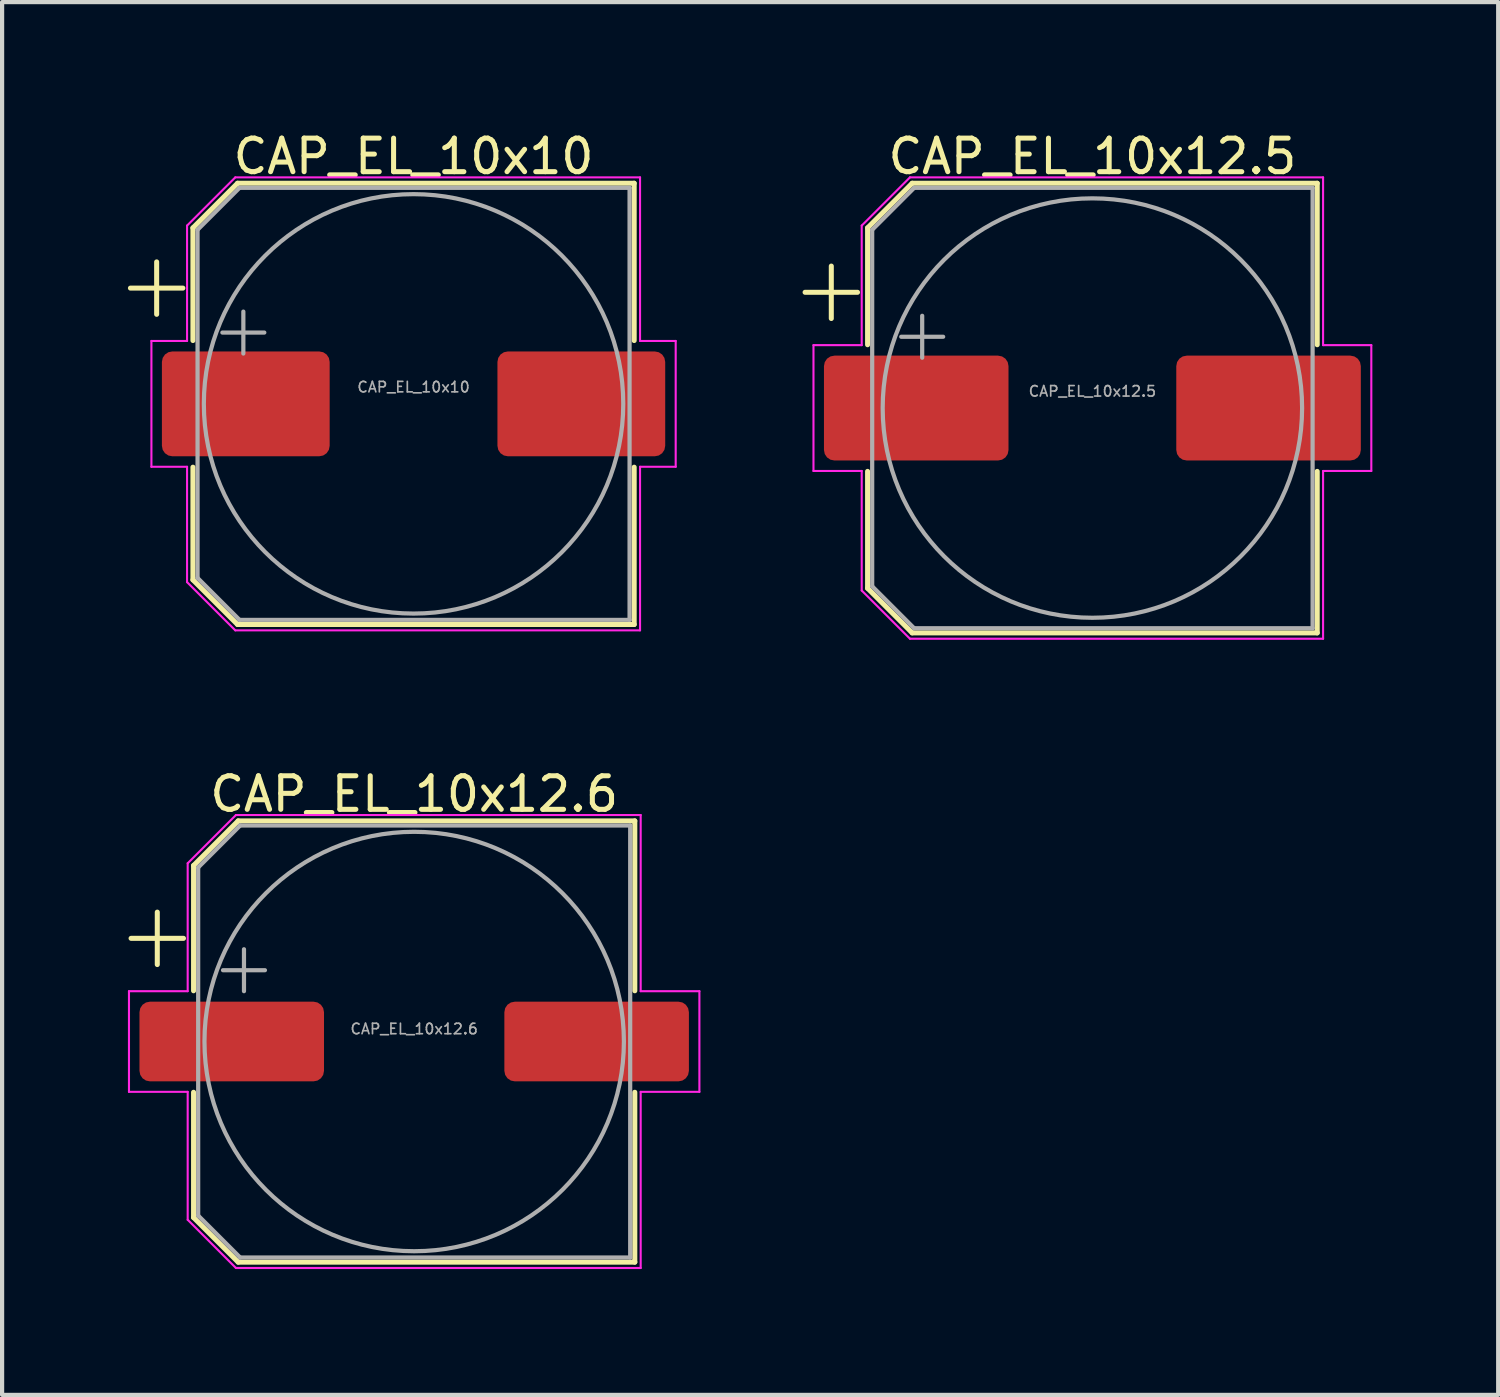
<source format=kicad_pcb>
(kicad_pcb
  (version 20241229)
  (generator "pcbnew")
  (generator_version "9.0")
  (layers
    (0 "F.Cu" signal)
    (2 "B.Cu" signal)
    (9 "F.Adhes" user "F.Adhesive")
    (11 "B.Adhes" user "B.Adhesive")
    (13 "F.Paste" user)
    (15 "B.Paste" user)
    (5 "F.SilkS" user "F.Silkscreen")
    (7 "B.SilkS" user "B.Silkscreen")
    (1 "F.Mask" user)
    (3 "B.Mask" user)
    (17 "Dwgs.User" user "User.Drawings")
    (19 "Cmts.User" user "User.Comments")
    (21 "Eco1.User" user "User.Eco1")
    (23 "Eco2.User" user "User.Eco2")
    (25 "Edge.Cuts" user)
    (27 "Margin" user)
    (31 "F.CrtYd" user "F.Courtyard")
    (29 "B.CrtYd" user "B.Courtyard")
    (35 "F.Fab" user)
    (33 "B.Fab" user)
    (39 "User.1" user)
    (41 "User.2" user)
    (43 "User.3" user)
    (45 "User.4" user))
  (footprint "CAP_EL_10x10"
    (layer "F.Cu")
    (at 6.81 6.579)
    (property "Reference" "CAP_EL_10x10" (at 0 -5.9 0) (layer "F.SilkS") (effects (font (size 0.8 0.8) (thickness 0.12))))
    (attr smd)
    (fp_line (start -6.75 -2.76) (end -5.5 -2.76) (stroke (width 0.12) (type solid)) (layer "F.SilkS"))
    (fp_line (start -6.125 -3.385) (end -6.125 -2.135) (stroke (width 0.12) (type solid)) (layer "F.SilkS"))
    (fp_line (start -5.26 -4.196) (end -5.26 -1.51) (stroke (width 0.12) (type solid)) (layer "F.SilkS"))
    (fp_line (start -5.26 -4.196) (end -4.196 -5.26) (stroke (width 0.12) (type solid)) (layer "F.SilkS"))
    (fp_line (start -5.26 4.196) (end -5.26 1.51) (stroke (width 0.12) (type solid)) (layer "F.SilkS"))
    (fp_line (start -5.26 4.196) (end -4.196 5.26) (stroke (width 0.12) (type solid)) (layer "F.SilkS"))
    (fp_line (start -4.196 -5.26) (end 5.26 -5.26) (stroke (width 0.12) (type solid)) (layer "F.SilkS"))
    (fp_line (start -4.196 5.26) (end 5.26 5.26) (stroke (width 0.12) (type solid)) (layer "F.SilkS"))
    (fp_line (start 5.26 -5.26) (end 5.26 -1.51) (stroke (width 0.12) (type solid)) (layer "F.SilkS"))
    (fp_line (start 5.26 5.26) (end 5.26 1.51) (stroke (width 0.12) (type solid)) (layer "F.SilkS"))
    (fp_line (start -6.25 -1.5) (end -6.25 1.5) (stroke (width 0.05) (type solid)) (layer "F.CrtYd"))
    (fp_line (start -6.25 1.5) (end -5.4 1.5) (stroke (width 0.05) (type solid)) (layer "F.CrtYd"))
    (fp_line (start -5.4 -4.25) (end -5.4 -1.5) (stroke (width 0.05) (type solid)) (layer "F.CrtYd"))
    (fp_line (start -5.4 -4.25) (end -4.25 -5.4) (stroke (width 0.05) (type solid)) (layer "F.CrtYd"))
    (fp_line (start -5.4 -1.5) (end -6.25 -1.5) (stroke (width 0.05) (type solid)) (layer "F.CrtYd"))
    (fp_line (start -5.4 1.5) (end -5.4 4.25) (stroke (width 0.05) (type solid)) (layer "F.CrtYd"))
    (fp_line (start -5.4 4.25) (end -4.25 5.4) (stroke (width 0.05) (type solid)) (layer "F.CrtYd"))
    (fp_line (start -4.25 -5.4) (end 5.4 -5.4) (stroke (width 0.05) (type solid)) (layer "F.CrtYd"))
    (fp_line (start -4.25 5.4) (end 5.4 5.4) (stroke (width 0.05) (type solid)) (layer "F.CrtYd"))
    (fp_line (start 5.4 -5.4) (end 5.4 -1.5) (stroke (width 0.05) (type solid)) (layer "F.CrtYd"))
    (fp_line (start 5.4 -1.5) (end 6.25 -1.5) (stroke (width 0.05) (type solid)) (layer "F.CrtYd"))
    (fp_line (start 5.4 1.5) (end 5.4 5.4) (stroke (width 0.05) (type solid)) (layer "F.CrtYd"))
    (fp_line (start 6.25 -1.5) (end 6.25 1.5) (stroke (width 0.05) (type solid)) (layer "F.CrtYd"))
    (fp_line (start 6.25 1.5) (end 5.4 1.5) (stroke (width 0.05) (type solid)) (layer "F.CrtYd"))
    (fp_line (start -5.15 -4.15) (end -5.15 4.15) (stroke (width 0.1) (type solid)) (layer "F.Fab"))
    (fp_line (start -5.15 -4.15) (end -4.15 -5.15) (stroke (width 0.1) (type solid)) (layer "F.Fab"))
    (fp_line (start -5.15 4.15) (end -4.15 5.15) (stroke (width 0.1) (type solid)) (layer "F.Fab"))
    (fp_line (start -4.558 -1.7) (end -3.558 -1.7) (stroke (width 0.1) (type solid)) (layer "F.Fab"))
    (fp_line (start -4.15 -5.15) (end 5.15 -5.15) (stroke (width 0.1) (type solid)) (layer "F.Fab"))
    (fp_line (start -4.15 5.15) (end 5.15 5.15) (stroke (width 0.1) (type solid)) (layer "F.Fab"))
    (fp_line (start -4.058 -2.2) (end -4.058 -1.2) (stroke (width 0.1) (type solid)) (layer "F.Fab"))
    (fp_line (start 5.15 -5.15) (end 5.15 5.15) (stroke (width 0.1) (type solid)) (layer "F.Fab"))
    (fp_circle (center 0 0) (end 5 0) (stroke (width 0.1) (type solid)) (fill no) (layer "F.Fab"))
    (fp_text user "${REFERENCE}" (at 0 -0.4 0) (layer "F.Fab") (effects (font (size 0.25 0.25) (thickness 0.04))))
    (pad "1" smd roundrect (at -4 0) (size 4 2.5) (layers "F.Cu" "F.Mask" "F.Paste") (roundrect_rratio 0.1))
    (pad "2" smd roundrect (at 4 0) (size 4 2.5) (layers "F.Cu" "F.Mask" "F.Paste") (roundrect_rratio 0.1)))
  (footprint "CAP_EL_10x12.6"
    (layer "F.Cu")
    (at 6.825 21.782)
    (property "Reference" "CAP_EL_10x12.6" (at 0 -5.9 0) (layer "F.SilkS") (effects (font (size 0.8 0.8) (thickness 0.12))))
    (attr smd)
    (fp_line (start -6.75 -2.46) (end -5.5 -2.46) (stroke (width 0.12) (type solid)) (layer "F.SilkS"))
    (fp_line (start -6.125 -3.085) (end -6.125 -1.835) (stroke (width 0.12) (type solid)) (layer "F.SilkS"))
    (fp_line (start -5.26 -4.196) (end -5.26 -1.21) (stroke (width 0.12) (type solid)) (layer "F.SilkS"))
    (fp_line (start -5.26 -4.196) (end -4.196 -5.26) (stroke (width 0.12) (type solid)) (layer "F.SilkS"))
    (fp_line (start -5.26 4.196) (end -5.26 1.21) (stroke (width 0.12) (type solid)) (layer "F.SilkS"))
    (fp_line (start -5.26 4.196) (end -4.196 5.26) (stroke (width 0.12) (type solid)) (layer "F.SilkS"))
    (fp_line (start -4.196 -5.26) (end 5.26 -5.26) (stroke (width 0.12) (type solid)) (layer "F.SilkS"))
    (fp_line (start -4.196 5.26) (end 5.26 5.26) (stroke (width 0.12) (type solid)) (layer "F.SilkS"))
    (fp_line (start 5.26 -5.26) (end 5.26 -1.21) (stroke (width 0.12) (type solid)) (layer "F.SilkS"))
    (fp_line (start 5.26 5.26) (end 5.26 1.21) (stroke (width 0.12) (type solid)) (layer "F.SilkS"))
    (fp_line (start -6.8 -1.2) (end -6.8 1.2) (stroke (width 0.05) (type solid)) (layer "F.CrtYd"))
    (fp_line (start -6.8 1.2) (end -5.4 1.2) (stroke (width 0.05) (type solid)) (layer "F.CrtYd"))
    (fp_line (start -5.4 -4.25) (end -5.4 -1.2) (stroke (width 0.05) (type solid)) (layer "F.CrtYd"))
    (fp_line (start -5.4 -4.25) (end -4.25 -5.4) (stroke (width 0.05) (type solid)) (layer "F.CrtYd"))
    (fp_line (start -5.4 -1.2) (end -6.8 -1.2) (stroke (width 0.05) (type solid)) (layer "F.CrtYd"))
    (fp_line (start -5.4 1.2) (end -5.4 4.25) (stroke (width 0.05) (type solid)) (layer "F.CrtYd"))
    (fp_line (start -5.4 4.25) (end -4.25 5.4) (stroke (width 0.05) (type solid)) (layer "F.CrtYd"))
    (fp_line (start -4.25 -5.4) (end 5.4 -5.4) (stroke (width 0.05) (type solid)) (layer "F.CrtYd"))
    (fp_line (start -4.25 5.4) (end 5.4 5.4) (stroke (width 0.05) (type solid)) (layer "F.CrtYd"))
    (fp_line (start 5.4 -5.4) (end 5.4 -1.2) (stroke (width 0.05) (type solid)) (layer "F.CrtYd"))
    (fp_line (start 5.4 -1.2) (end 6.8 -1.2) (stroke (width 0.05) (type solid)) (layer "F.CrtYd"))
    (fp_line (start 5.4 1.2) (end 5.4 5.4) (stroke (width 0.05) (type solid)) (layer "F.CrtYd"))
    (fp_line (start 6.8 -1.2) (end 6.8 1.2) (stroke (width 0.05) (type solid)) (layer "F.CrtYd"))
    (fp_line (start 6.8 1.2) (end 5.4 1.2) (stroke (width 0.05) (type solid)) (layer "F.CrtYd"))
    (fp_line (start -5.15 -4.15) (end -5.15 4.15) (stroke (width 0.1) (type solid)) (layer "F.Fab"))
    (fp_line (start -5.15 -4.15) (end -4.15 -5.15) (stroke (width 0.1) (type solid)) (layer "F.Fab"))
    (fp_line (start -5.15 4.15) (end -4.15 5.15) (stroke (width 0.1) (type solid)) (layer "F.Fab"))
    (fp_line (start -4.558 -1.7) (end -3.558 -1.7) (stroke (width 0.1) (type solid)) (layer "F.Fab"))
    (fp_line (start -4.15 -5.15) (end 5.15 -5.15) (stroke (width 0.1) (type solid)) (layer "F.Fab"))
    (fp_line (start -4.15 5.15) (end 5.15 5.15) (stroke (width 0.1) (type solid)) (layer "F.Fab"))
    (fp_line (start -4.058 -2.2) (end -4.058 -1.2) (stroke (width 0.1) (type solid)) (layer "F.Fab"))
    (fp_line (start 5.15 -5.15) (end 5.15 5.15) (stroke (width 0.1) (type solid)) (layer "F.Fab"))
    (fp_circle (center 0 0) (end 5 0) (stroke (width 0.1) (type solid)) (fill no) (layer "F.Fab"))
    (fp_text user "${REFERENCE}" (at 0 -0.3 0) (layer "F.Fab") (effects (font (size 0.25 0.25) (thickness 0.04))))
    (pad "1" smd roundrect (at -4.35 0) (size 4.4 1.9) (layers "F.Cu" "F.Mask" "F.Paste") (roundrect_rratio 0.132))
    (pad "2" smd roundrect (at 4.35 0) (size 4.4 1.9) (layers "F.Cu" "F.Mask" "F.Paste") (roundrect_rratio 0.132)))
  (footprint "CAP_EL_10x12.5"
    (layer "F.Cu")
    (at 22.995 6.679)
    (property "Reference" "CAP_EL_10x12.5" (at 0 -6 0) (layer "F.SilkS") (effects (font (size 0.8 0.8) (thickness 0.12))))
    (attr smd)
    (fp_line (start -6.85 -2.76) (end -5.6 -2.76) (stroke (width 0.12) (type solid)) (layer "F.SilkS"))
    (fp_line (start -6.225 -3.385) (end -6.225 -2.135) (stroke (width 0.12) (type solid)) (layer "F.SilkS"))
    (fp_line (start -5.36 -4.296) (end -5.36 -1.51) (stroke (width 0.12) (type solid)) (layer "F.SilkS"))
    (fp_line (start -5.36 -4.296) (end -4.296 -5.36) (stroke (width 0.12) (type solid)) (layer "F.SilkS"))
    (fp_line (start -5.36 4.296) (end -5.36 1.51) (stroke (width 0.12) (type solid)) (layer "F.SilkS"))
    (fp_line (start -5.36 4.296) (end -4.296 5.36) (stroke (width 0.12) (type solid)) (layer "F.SilkS"))
    (fp_line (start -4.296 -5.36) (end 5.36 -5.36) (stroke (width 0.12) (type solid)) (layer "F.SilkS"))
    (fp_line (start -4.296 5.36) (end 5.36 5.36) (stroke (width 0.12) (type solid)) (layer "F.SilkS"))
    (fp_line (start 5.36 -5.36) (end 5.36 -1.51) (stroke (width 0.12) (type solid)) (layer "F.SilkS"))
    (fp_line (start 5.36 5.36) (end 5.36 1.51) (stroke (width 0.12) (type solid)) (layer "F.SilkS"))
    (fp_line (start -6.65 -1.5) (end -6.65 1.5) (stroke (width 0.05) (type solid)) (layer "F.CrtYd"))
    (fp_line (start -6.65 1.5) (end -5.5 1.5) (stroke (width 0.05) (type solid)) (layer "F.CrtYd"))
    (fp_line (start -5.5 -4.35) (end -5.5 -1.5) (stroke (width 0.05) (type solid)) (layer "F.CrtYd"))
    (fp_line (start -5.5 -4.35) (end -4.35 -5.5) (stroke (width 0.05) (type solid)) (layer "F.CrtYd"))
    (fp_line (start -5.5 -1.5) (end -6.65 -1.5) (stroke (width 0.05) (type solid)) (layer "F.CrtYd"))
    (fp_line (start -5.5 1.5) (end -5.5 4.35) (stroke (width 0.05) (type solid)) (layer "F.CrtYd"))
    (fp_line (start -5.5 4.35) (end -4.35 5.5) (stroke (width 0.05) (type solid)) (layer "F.CrtYd"))
    (fp_line (start -4.35 -5.5) (end 5.5 -5.5) (stroke (width 0.05) (type solid)) (layer "F.CrtYd"))
    (fp_line (start -4.35 5.5) (end 5.5 5.5) (stroke (width 0.05) (type solid)) (layer "F.CrtYd"))
    (fp_line (start 5.5 -5.5) (end 5.5 -1.5) (stroke (width 0.05) (type solid)) (layer "F.CrtYd"))
    (fp_line (start 5.5 -1.5) (end 6.65 -1.5) (stroke (width 0.05) (type solid)) (layer "F.CrtYd"))
    (fp_line (start 5.5 1.5) (end 5.5 5.5) (stroke (width 0.05) (type solid)) (layer "F.CrtYd"))
    (fp_line (start 6.65 -1.5) (end 6.65 1.5) (stroke (width 0.05) (type solid)) (layer "F.CrtYd"))
    (fp_line (start 6.65 1.5) (end 5.5 1.5) (stroke (width 0.05) (type solid)) (layer "F.CrtYd"))
    (fp_line (start -5.25 -4.25) (end -5.25 4.25) (stroke (width 0.1) (type solid)) (layer "F.Fab"))
    (fp_line (start -5.25 -4.25) (end -4.25 -5.25) (stroke (width 0.1) (type solid)) (layer "F.Fab"))
    (fp_line (start -5.25 4.25) (end -4.25 5.25) (stroke (width 0.1) (type solid)) (layer "F.Fab"))
    (fp_line (start -4.558 -1.7) (end -3.558 -1.7) (stroke (width 0.1) (type solid)) (layer "F.Fab"))
    (fp_line (start -4.25 -5.25) (end 5.25 -5.25) (stroke (width 0.1) (type solid)) (layer "F.Fab"))
    (fp_line (start -4.25 5.25) (end 5.25 5.25) (stroke (width 0.1) (type solid)) (layer "F.Fab"))
    (fp_line (start -4.058 -2.2) (end -4.058 -1.2) (stroke (width 0.1) (type solid)) (layer "F.Fab"))
    (fp_line (start 5.25 -5.25) (end 5.25 5.25) (stroke (width 0.1) (type solid)) (layer "F.Fab"))
    (fp_circle (center 0 0) (end 5 0) (stroke (width 0.1) (type solid)) (fill no) (layer "F.Fab"))
    (fp_text user "${REFERENCE}" (at 0 -0.4 0) (layer "F.Fab") (effects (font (size 0.25 0.25) (thickness 0.04))))
    (pad "1" smd roundrect (at -4.2 0) (size 4.4 2.5) (layers "F.Cu" "F.Mask" "F.Paste") (roundrect_rratio 0.1))
    (pad "2" smd roundrect (at 4.2 0) (size 4.4 2.5) (layers "F.Cu" "F.Mask" "F.Paste") (roundrect_rratio 0.1)))
  (gr_rect
    (start -3 -3)
    (end 32.67 30.207)
    (stroke (width 0.1) (type default))
    (fill no)
    (layer "Edge.Cuts")))
</source>
